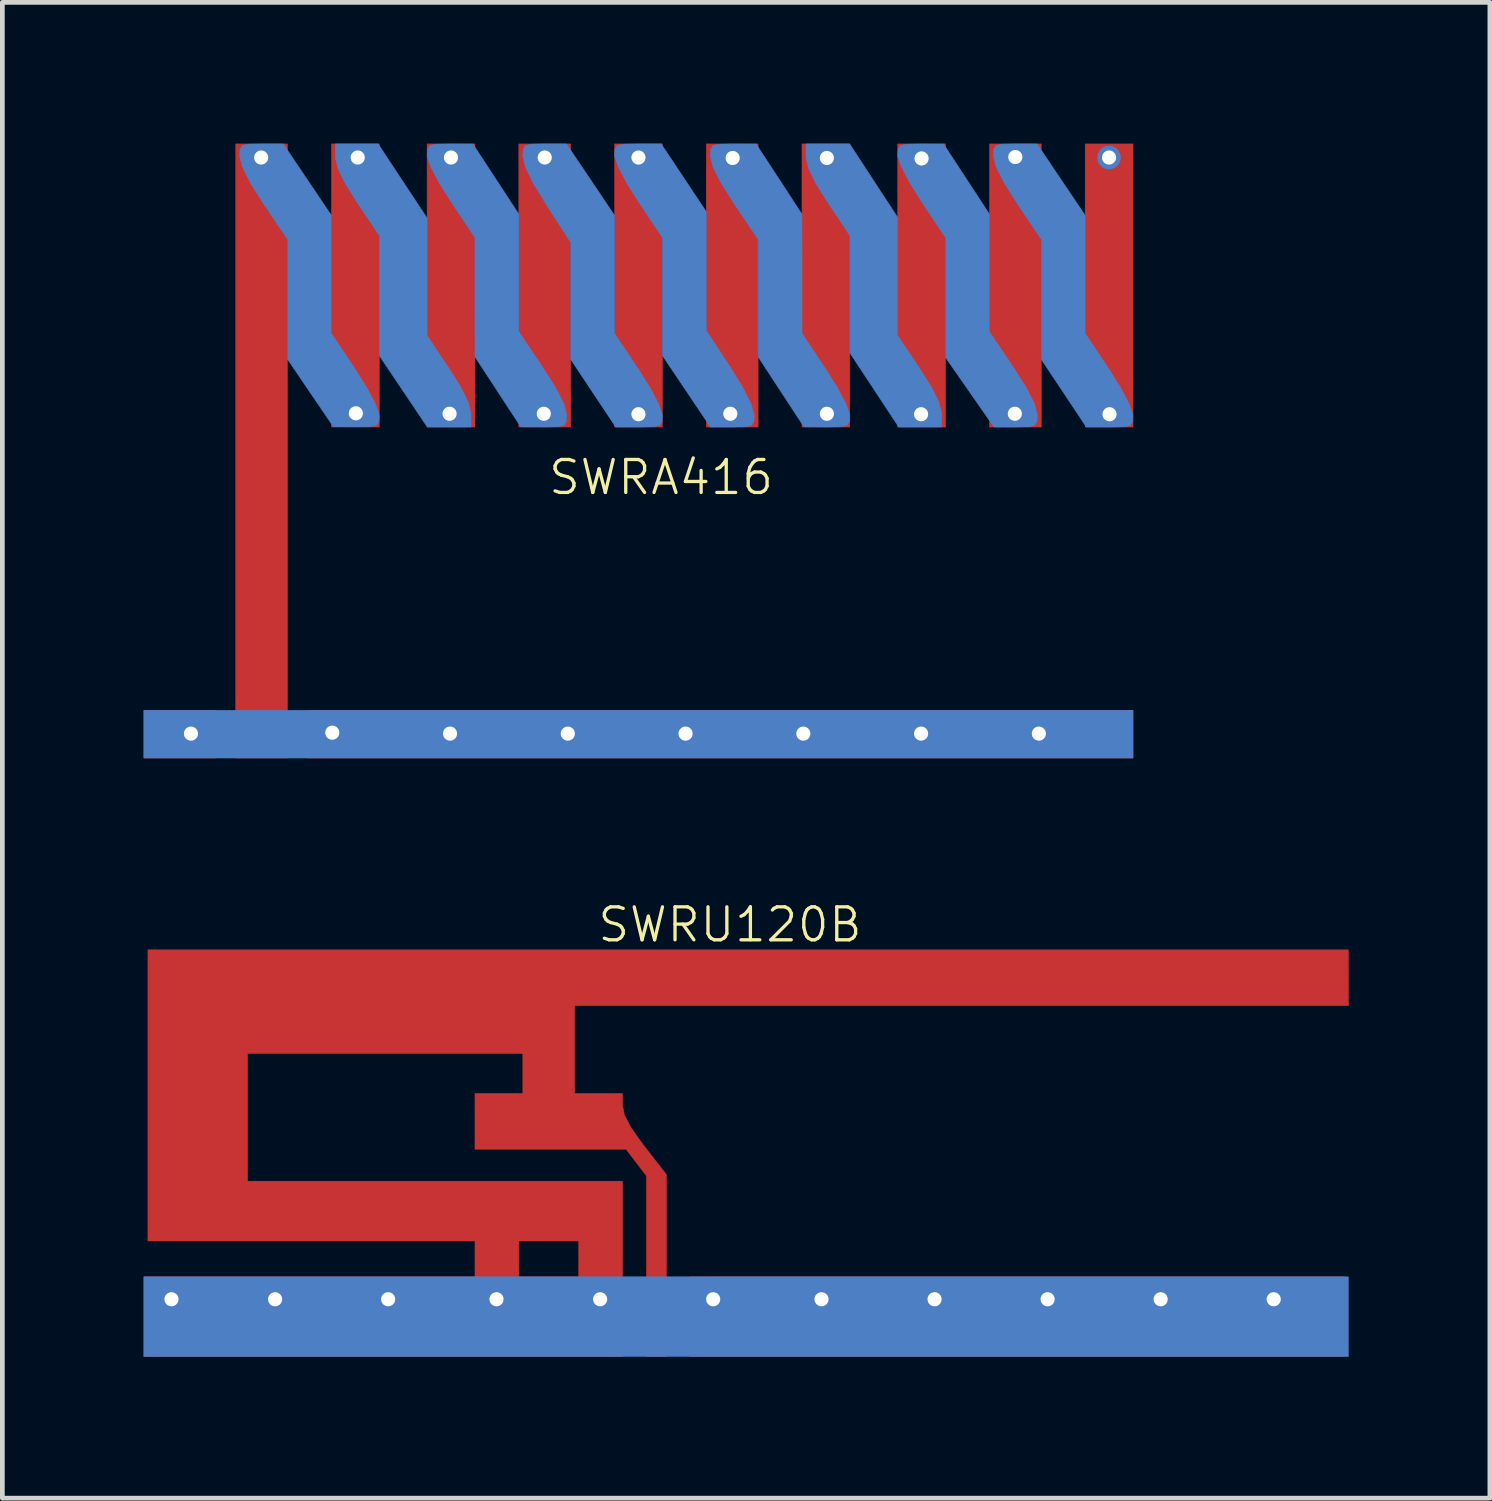
<source format=kicad_pcb>
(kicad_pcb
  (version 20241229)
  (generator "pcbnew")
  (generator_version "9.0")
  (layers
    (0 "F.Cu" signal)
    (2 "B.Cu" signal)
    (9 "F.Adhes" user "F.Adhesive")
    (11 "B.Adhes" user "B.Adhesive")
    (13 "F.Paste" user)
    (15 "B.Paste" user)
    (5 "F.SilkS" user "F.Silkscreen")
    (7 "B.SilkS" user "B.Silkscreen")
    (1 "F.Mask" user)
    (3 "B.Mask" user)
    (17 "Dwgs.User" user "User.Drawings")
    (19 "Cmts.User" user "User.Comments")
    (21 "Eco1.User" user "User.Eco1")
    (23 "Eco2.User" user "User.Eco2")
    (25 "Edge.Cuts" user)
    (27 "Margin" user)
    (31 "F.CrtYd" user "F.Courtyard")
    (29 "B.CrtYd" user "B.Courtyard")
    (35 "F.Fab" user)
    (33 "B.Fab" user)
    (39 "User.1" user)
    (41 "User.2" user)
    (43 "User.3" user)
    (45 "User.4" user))
  (footprint "SWRU120B"
    (layer "F.Cu")
    (at 12.79 21.432)
    (property "Reference" "SWRU120B" (at -0.343 -4.851 0) (layer "F.SilkS") (effects (font (size 0.7 0.7) (thickness 0.07))))
    (attr through_hole)
    (fp_poly (pts (xy 12.7 4.318) (xy -1.185 4.318) (xy -1.185 2.625) (xy 12.7 2.625) (xy 12.7 4.318)) (stroke (width 0.01) (type solid)) (fill yes) (layer "F.Cu"))
    (fp_poly (pts (xy 12.785 -3.133) (xy -3.641 -3.133) (xy -3.641 -1.27) (xy -2.625 -1.27) (xy -2.625 -1.008) (xy -2.582 -0.808) (xy -2.447 -0.548) (xy -2.203 -0.203) (xy -2.159 -0.147) (xy -1.693 0.452) (xy -1.693 4.318) (xy -2.117 4.318) (xy -2.117 2.4) (xy -2.117 0.482) (xy -2.333 0.198) (xy -2.549 -0.085) (xy -5.757 -0.085) (xy -5.757 -1.27) (xy -4.741 -1.27) (xy -4.741 -2.117) (xy -10.583 -2.117) (xy -10.583 0.593) (xy -2.625 0.593) (xy -2.625 4.318) (xy -12.785 4.318) (xy -12.785 2.625) (xy -5.757 2.625) (xy -5.757 1.863) (xy -4.826 1.863) (xy -4.826 2.625) (xy -3.556 2.625) (xy -3.556 1.863) (xy -4.826 1.863) (xy -5.757 1.863) (xy -12.7 1.863) (xy -12.7 -4.318) (xy 12.785 -4.318) (xy 12.785 -3.133)) (stroke (width 0.01) (type solid)) (fill yes) (layer "F.Cu"))
    (fp_poly (pts (xy 12.785 4.316) (xy -12.785 4.316) (xy -12.785 2.623) (xy 12.785 2.623) (xy 12.785 4.316)) (stroke (width 0.01) (type solid)) (fill yes) (layer "B.Cu"))
    (pad "" thru_hole circle (at -12.2 3.1) (size 0.5 0.5) (drill 0.3) (layers "*.Cu" "*.Mask"))
    (pad "" thru_hole circle (at -10 3.1) (size 0.5 0.5) (drill 0.3) (layers "*.Cu" "*.Mask"))
    (pad "" thru_hole circle (at -7.6 3.1) (size 0.5 0.5) (drill 0.3) (layers "*.Cu" "*.Mask"))
    (pad "" thru_hole circle (at -5.3 3.1) (size 0.5 0.5) (drill 0.3) (layers "*.Cu" "*.Mask"))
    (pad "" thru_hole circle (at -0.7 3.1) (size 0.5 0.5) (drill 0.3) (layers "*.Cu" "*.Mask"))
    (pad "" thru_hole circle (at 1.6 3.1) (size 0.5 0.5) (drill 0.3) (layers "*.Cu" "*.Mask"))
    (pad "" thru_hole circle (at 4 3.1) (size 0.5 0.5) (drill 0.3) (layers "*.Cu" "*.Mask"))
    (pad "" thru_hole circle (at 6.4 3.1) (size 0.5 0.5) (drill 0.3) (layers "*.Cu" "*.Mask"))
    (pad "" thru_hole circle (at 8.8 3.1) (size 0.5 0.5) (drill 0.3) (layers "*.Cu" "*.Mask"))
    (pad "" thru_hole circle (at 11.2 3.1) (size 0.5 0.5) (drill 0.3) (layers "*.Cu" "*.Mask"))
    (pad "1" smd circle (at -1.9 4.1) (size 0.4 0.4) (layers "F.Cu" "F.Paste"))
    (pad "2" thru_hole circle (at -3.1 3.1) (size 0.5 0.5) (drill 0.3) (layers "*.Cu" "*.Mask")))
  (footprint "SWRA416"
    (layer "F.Cu")
    (at 10.504 6.524)
    (property "Reference" "SWRA416" (at 0.48 0.56 0) (layer "F.SilkS") (effects (font (size 0.7 0.7) (thickness 0.07))))
    (attr through_hole)
    (fp_poly (pts (xy -8.975 6.519) (xy -10.499 6.519) (xy -10.499 5.503) (xy -8.975 5.503) (xy -8.975 6.519)) (stroke (width 0.01) (type solid)) (fill yes) (layer "F.Cu"))
    (fp_poly (pts (xy -7.451 6.519) (xy -8.551 6.519) (xy -8.551 -6.519) (xy -7.451 -6.519) (xy -7.451 6.519)) (stroke (width 0.01) (type solid)) (fill yes) (layer "F.Cu"))
    (fp_poly (pts (xy -5.503 -0.508) (xy -6.519 -0.508) (xy -6.519 -6.519) (xy -5.503 -6.519) (xy -5.503 -0.508)) (stroke (width 0.01) (type solid)) (fill yes) (layer "F.Cu"))
    (fp_poly (pts (xy -3.471 -0.508) (xy -4.487 -0.508) (xy -4.487 -6.519) (xy -3.471 -6.519) (xy -3.471 -0.508)) (stroke (width 0.01) (type solid)) (fill yes) (layer "F.Cu"))
    (fp_poly (pts (xy -1.439 -0.508) (xy -2.54 -0.508) (xy -2.54 -6.519) (xy -1.439 -6.519) (xy -1.439 -0.508)) (stroke (width 0.01) (type solid)) (fill yes) (layer "F.Cu"))
    (fp_poly (pts (xy 0.508 -0.508) (xy -0.508 -0.508) (xy -0.508 -6.519) (xy 0.508 -6.519) (xy 0.508 -0.508)) (stroke (width 0.01) (type solid)) (fill yes) (layer "F.Cu"))
    (fp_poly (pts (xy 2.54 -0.508) (xy 1.439 -0.508) (xy 1.439 -6.519) (xy 2.54 -6.519) (xy 2.54 -0.508)) (stroke (width 0.01) (type solid)) (fill yes) (layer "F.Cu"))
    (fp_poly (pts (xy 4.487 -0.508) (xy 3.471 -0.508) (xy 3.471 -6.519) (xy 4.487 -6.519) (xy 4.487 -0.508)) (stroke (width 0.01) (type solid)) (fill yes) (layer "F.Cu"))
    (fp_poly (pts (xy 6.519 -0.508) (xy 5.503 -0.508) (xy 5.503 -6.519) (xy 6.519 -6.519) (xy 6.519 -0.508)) (stroke (width 0.01) (type solid)) (fill yes) (layer "F.Cu"))
    (fp_poly (pts (xy 8.551 -0.508) (xy 7.451 -0.508) (xy 7.451 -6.519) (xy 8.551 -6.519) (xy 8.551 -0.508)) (stroke (width 0.01) (type solid)) (fill yes) (layer "F.Cu"))
    (fp_poly (pts (xy 10.499 -0.508) (xy 9.483 -0.508) (xy 9.483 -6.519) (xy 10.499 -6.519) (xy 10.499 -0.508)) (stroke (width 0.01) (type solid)) (fill yes) (layer "F.Cu"))
    (fp_poly (pts (xy 10.499 6.519) (xy -7.027 6.519) (xy -7.027 5.503) (xy 10.499 5.503) (xy 10.499 6.519)) (stroke (width 0.01) (type solid)) (fill yes) (layer "F.Cu"))
    (fp_poly (pts (xy 10.499 6.519) (xy -10.499 6.519) (xy -10.499 5.503) (xy 10.499 5.503) (xy 10.499 6.519)) (stroke (width 0.01) (type solid)) (fill yes) (layer "B.Cu"))
    (fp_poly (pts (xy 5.503 -4.959) (xy 5.503 -2.451) (xy 5.969 -1.755) (xy 6.227 -1.343) (xy 6.379 -1.033) (xy 6.434 -0.806) (xy 6.435 -0.784) (xy 6.435 -0.508) (xy 5.526 -0.508) (xy 5.007 -1.295) (xy 4.487 -2.083) (xy 4.487 -4.576) (xy 4.022 -5.272) (xy 3.763 -5.684) (xy 3.612 -5.994) (xy 3.557 -6.222) (xy 3.556 -6.243) (xy 3.556 -6.519) (xy 4.484 -6.519) (xy 5.503 -4.959)) (stroke (width 0.01) (type solid)) (fill yes) (layer "B.Cu"))
    (fp_poly (pts (xy -5.007 -5.732) (xy -4.487 -4.945) (xy -4.487 -2.451) (xy -4.022 -1.755) (xy -3.763 -1.343) (xy -3.612 -1.033) (xy -3.557 -0.806) (xy -3.556 -0.784) (xy -3.556 -0.508) (xy -4.483 -0.508) (xy -4.993 -1.267) (xy -5.503 -2.026) (xy -5.503 -4.576) (xy -5.969 -5.272) (xy -6.227 -5.684) (xy -6.379 -5.994) (xy -6.434 -6.222) (xy -6.435 -6.243) (xy -6.435 -6.519) (xy -5.526 -6.519) (xy -5.007 -5.732)) (stroke (width 0.01) (type solid)) (fill yes) (layer "B.Cu"))
    (fp_poly (pts (xy -6.519 -5.002) (xy -6.519 -3.75) (xy -6.519 -2.498) (xy -6.011 -1.736) (xy -5.763 -1.339) (xy -5.591 -1.014) (xy -5.509 -0.787) (xy -5.504 -0.741) (xy -5.512 -0.61) (xy -5.566 -0.541) (xy -5.705 -0.514) (xy -5.971 -0.512) (xy -5.99 -0.512) (xy -6.477 -0.515) (xy -7.451 -1.949) (xy -7.451 -4.494) (xy -7.959 -5.249) (xy -8.242 -5.698) (xy -8.41 -6.033) (xy -8.467 -6.259) (xy -8.467 -6.262) (xy -8.459 -6.409) (xy -8.408 -6.486) (xy -8.273 -6.515) (xy -8.01 -6.519) (xy -7.54 -6.519) (xy -6.519 -5.002)) (stroke (width 0.01) (type solid)) (fill yes) (layer "B.Cu"))
    (fp_poly (pts (xy -1.018 -5.761) (xy -0.508 -5.002) (xy -0.508 -3.75) (xy -0.508 -2.498) (xy 0 -1.736) (xy 0.249 -1.339) (xy 0.421 -1.014) (xy 0.503 -0.787) (xy 0.508 -0.741) (xy 0.499 -0.611) (xy 0.446 -0.541) (xy 0.308 -0.513) (xy 0.045 -0.508) (xy 0.013 -0.508) (xy -0.483 -0.508) (xy -0.961 -1.227) (xy -1.439 -1.946) (xy -1.439 -4.43) (xy -1.947 -5.214) (xy -2.231 -5.681) (xy -2.4 -6.028) (xy -2.455 -6.259) (xy -2.448 -6.408) (xy -2.398 -6.485) (xy -2.263 -6.515) (xy -2.003 -6.519) (xy -1.528 -6.519) (xy -1.018 -5.761)) (stroke (width 0.01) (type solid)) (fill yes) (layer "B.Cu"))
    (fp_poly (pts (xy 5.99 -6.518) (xy 6.477 -6.517) (xy 6.964 -5.773) (xy 7.451 -5.028) (xy 7.451 -2.534) (xy 7.959 -1.778) (xy 8.242 -1.329) (xy 8.41 -0.994) (xy 8.467 -0.768) (xy 8.467 -0.765) (xy 8.459 -0.617) (xy 8.408 -0.541) (xy 8.271 -0.512) (xy 8.007 -0.508) (xy 7.547 -0.508) (xy 7.033 -1.247) (xy 6.519 -1.985) (xy 6.519 -4.53) (xy 6.011 -5.292) (xy 5.763 -5.689) (xy 5.591 -6.013) (xy 5.509 -6.24) (xy 5.504 -6.287) (xy 5.512 -6.417) (xy 5.566 -6.487) (xy 5.706 -6.514) (xy 5.972 -6.518) (xy 5.99 -6.518)) (stroke (width 0.01) (type solid)) (fill yes) (layer "B.Cu"))
    (fp_poly (pts (xy 9.483 -5.002) (xy 9.483 -3.75) (xy 9.483 -2.498) (xy 9.991 -1.736) (xy 10.239 -1.339) (xy 10.411 -1.014) (xy 10.493 -0.787) (xy 10.498 -0.741) (xy 10.49 -0.611) (xy 10.437 -0.541) (xy 10.299 -0.513) (xy 10.035 -0.508) (xy 10.003 -0.508) (xy 9.508 -0.508) (xy 9.03 -1.227) (xy 8.551 -1.946) (xy 8.551 -4.494) (xy 8.043 -5.249) (xy 7.76 -5.698) (xy 7.592 -6.033) (xy 7.535 -6.259) (xy 7.535 -6.262) (xy 7.543 -6.409) (xy 7.594 -6.486) (xy 7.729 -6.515) (xy 7.992 -6.519) (xy 8.462 -6.519) (xy 9.483 -5.002)) (stroke (width 0.01) (type solid)) (fill yes) (layer "B.Cu"))
    (fp_poly (pts (xy -4 -6.518) (xy -3.514 -6.517) (xy -2.54 -5.028) (xy -2.54 -2.534) (xy -2.032 -1.778) (xy -1.749 -1.329) (xy -1.58 -0.994) (xy -1.524 -0.768) (xy -1.524 -0.765) (xy -1.531 -0.621) (xy -1.579 -0.544) (xy -1.709 -0.514) (xy -1.961 -0.509) (xy -2.011 -0.509) (xy -2.498 -0.511) (xy -2.985 -1.255) (xy -3.471 -1.999) (xy -3.472 -3.264) (xy -3.472 -4.53) (xy -3.979 -5.292) (xy -4.228 -5.689) (xy -4.4 -6.013) (xy -4.482 -6.24) (xy -4.487 -6.287) (xy -4.478 -6.417) (xy -4.424 -6.487) (xy -4.285 -6.514) (xy -4.018 -6.518) (xy -4 -6.518)) (stroke (width 0.01) (type solid)) (fill yes) (layer "B.Cu"))
    (fp_poly (pts (xy 0.961 -5.8) (xy 1.439 -5.082) (xy 1.439 -2.559) (xy 1.947 -1.785) (xy 2.226 -1.332) (xy 2.397 -0.988) (xy 2.455 -0.762) (xy 2.455 -0.76) (xy 2.447 -0.616) (xy 2.395 -0.541) (xy 2.257 -0.512) (xy 1.992 -0.508) (xy 1.528 -0.508) (xy 1.018 -1.267) (xy 0.508 -2.026) (xy 0.508 -3.278) (xy 0.508 -4.53) (xy 0 -5.292) (xy -0.249 -5.689) (xy -0.421 -6.013) (xy -0.503 -6.24) (xy -0.508 -6.287) (xy -0.499 -6.417) (xy -0.446 -6.486) (xy -0.308 -6.514) (xy -0.045 -6.519) (xy -0.013 -6.519) (xy 0.483 -6.519) (xy 0.961 -5.8)) (stroke (width 0.01) (type solid)) (fill yes) (layer "B.Cu"))
    (fp_poly (pts (xy 2.011 -6.518) (xy 2.498 -6.517) (xy 2.985 -5.773) (xy 3.471 -5.028) (xy 3.472 -3.763) (xy 3.472 -2.498) (xy 3.979 -1.736) (xy 4.228 -1.339) (xy 4.4 -1.014) (xy 4.482 -0.787) (xy 4.487 -0.741) (xy 4.478 -0.61) (xy 4.424 -0.541) (xy 4.285 -0.513) (xy 4.018 -0.509) (xy 4 -0.509) (xy 3.514 -0.511) (xy 3.027 -1.255) (xy 2.54 -1.999) (xy 2.54 -4.494) (xy 2.032 -5.249) (xy 1.749 -5.698) (xy 1.58 -6.033) (xy 1.524 -6.259) (xy 1.524 -6.262) (xy 1.531 -6.407) (xy 1.579 -6.483) (xy 1.709 -6.513) (xy 1.961 -6.518) (xy 2.011 -6.518)) (stroke (width 0.01) (type solid)) (fill yes) (layer "B.Cu"))
    (pad "" thru_hole circle (at -8.01 -6.23) (size 0.5 0.5) (drill 0.3) (layers "*.Cu"))
    (pad "" thru_hole circle (at -6 -0.8) (size 0.5 0.5) (drill 0.3) (layers "*.Cu"))
    (pad "" thru_hole circle (at -5.96 -6.23) (size 0.5 0.5) (drill 0.3) (layers "*.Cu"))
    (pad "" thru_hole circle (at -4.01 -0.79) (size 0.5 0.5) (drill 0.3) (layers "*.Cu"))
    (pad "" thru_hole circle (at -4 6) (size 0.5 0.5) (drill 0.3) (layers "*.Cu" "*.Mask"))
    (pad "" thru_hole circle (at -3.98 -6.23) (size 0.5 0.5) (drill 0.3) (layers "*.Cu"))
    (pad "" thru_hole circle (at -2.01 -0.79) (size 0.5 0.5) (drill 0.3) (layers "*.Cu"))
    (pad "" thru_hole circle (at -1.99 -6.23) (size 0.5 0.5) (drill 0.3) (layers "*.Cu"))
    (pad "" thru_hole circle (at -1.5 6) (size 0.5 0.5) (drill 0.3) (layers "*.Cu" "*.Mask"))
    (pad "" thru_hole circle (at 0 -6.23) (size 0.5 0.5) (drill 0.3) (layers "*.Cu"))
    (pad "" thru_hole circle (at 0 -0.78) (size 0.5 0.5) (drill 0.3) (layers "*.Cu"))
    (pad "" thru_hole circle (at 1 6) (size 0.5 0.5) (drill 0.3) (layers "*.Cu" "*.Mask"))
    (pad "" thru_hole circle (at 1.95 -0.79) (size 0.5 0.5) (drill 0.3) (layers "*.Cu"))
    (pad "" thru_hole circle (at 2 -6.22) (size 0.5 0.5) (drill 0.3) (layers "*.Cu"))
    (pad "" thru_hole circle (at 3.5 6) (size 0.5 0.5) (drill 0.3) (layers "*.Cu" "*.Mask"))
    (pad "" thru_hole circle (at 4 -6.22) (size 0.5 0.5) (drill 0.3) (layers "*.Cu"))
    (pad "" thru_hole circle (at 4 -0.79) (size 0.5 0.5) (drill 0.3) (layers "*.Cu"))
    (pad "" thru_hole circle (at 6 -0.78) (size 0.5 0.5) (drill 0.3) (layers "*.Cu"))
    (pad "" thru_hole circle (at 6 6) (size 0.5 0.5) (drill 0.3) (layers "*.Cu" "*.Mask"))
    (pad "" thru_hole circle (at 6.01 -6.21) (size 0.5 0.5) (drill 0.3) (layers "*.Cu"))
    (pad "" thru_hole circle (at 7.99 -0.79) (size 0.5 0.5) (drill 0.3) (layers "*.Cu"))
    (pad "" thru_hole circle (at 8 -6.24) (size 0.5 0.5) (drill 0.3) (layers "*.Cu"))
    (pad "" thru_hole circle (at 8.5 6) (size 0.5 0.5) (drill 0.3) (layers "*.Cu" "*.Mask"))
    (pad "" thru_hole circle (at 9.99 -6.23) (size 0.5 0.5) (drill 0.3) (layers "*.Cu"))
    (pad "" thru_hole circle (at 10 -0.78) (size 0.5 0.5) (drill 0.3) (layers "*.Cu"))
    (pad "1" smd circle (at -8 6) (size 0.8 0.8) (layers "F.Cu" "F.Paste"))
    (pad "2" thru_hole circle (at -9.5 6) (size 0.5 0.5) (drill 0.3) (layers "*.Cu" "*.Mask"))
    (pad "3" thru_hole circle (at -6.5 5.98) (size 0.5 0.5) (drill 0.3) (layers "*.Cu" "*.Mask")))
  (gr_rect
    (start -3 -3)
    (end 28.579 28.755)
    (stroke (width 0.1) (type default))
    (fill no)
    (layer "Edge.Cuts")))
</source>
